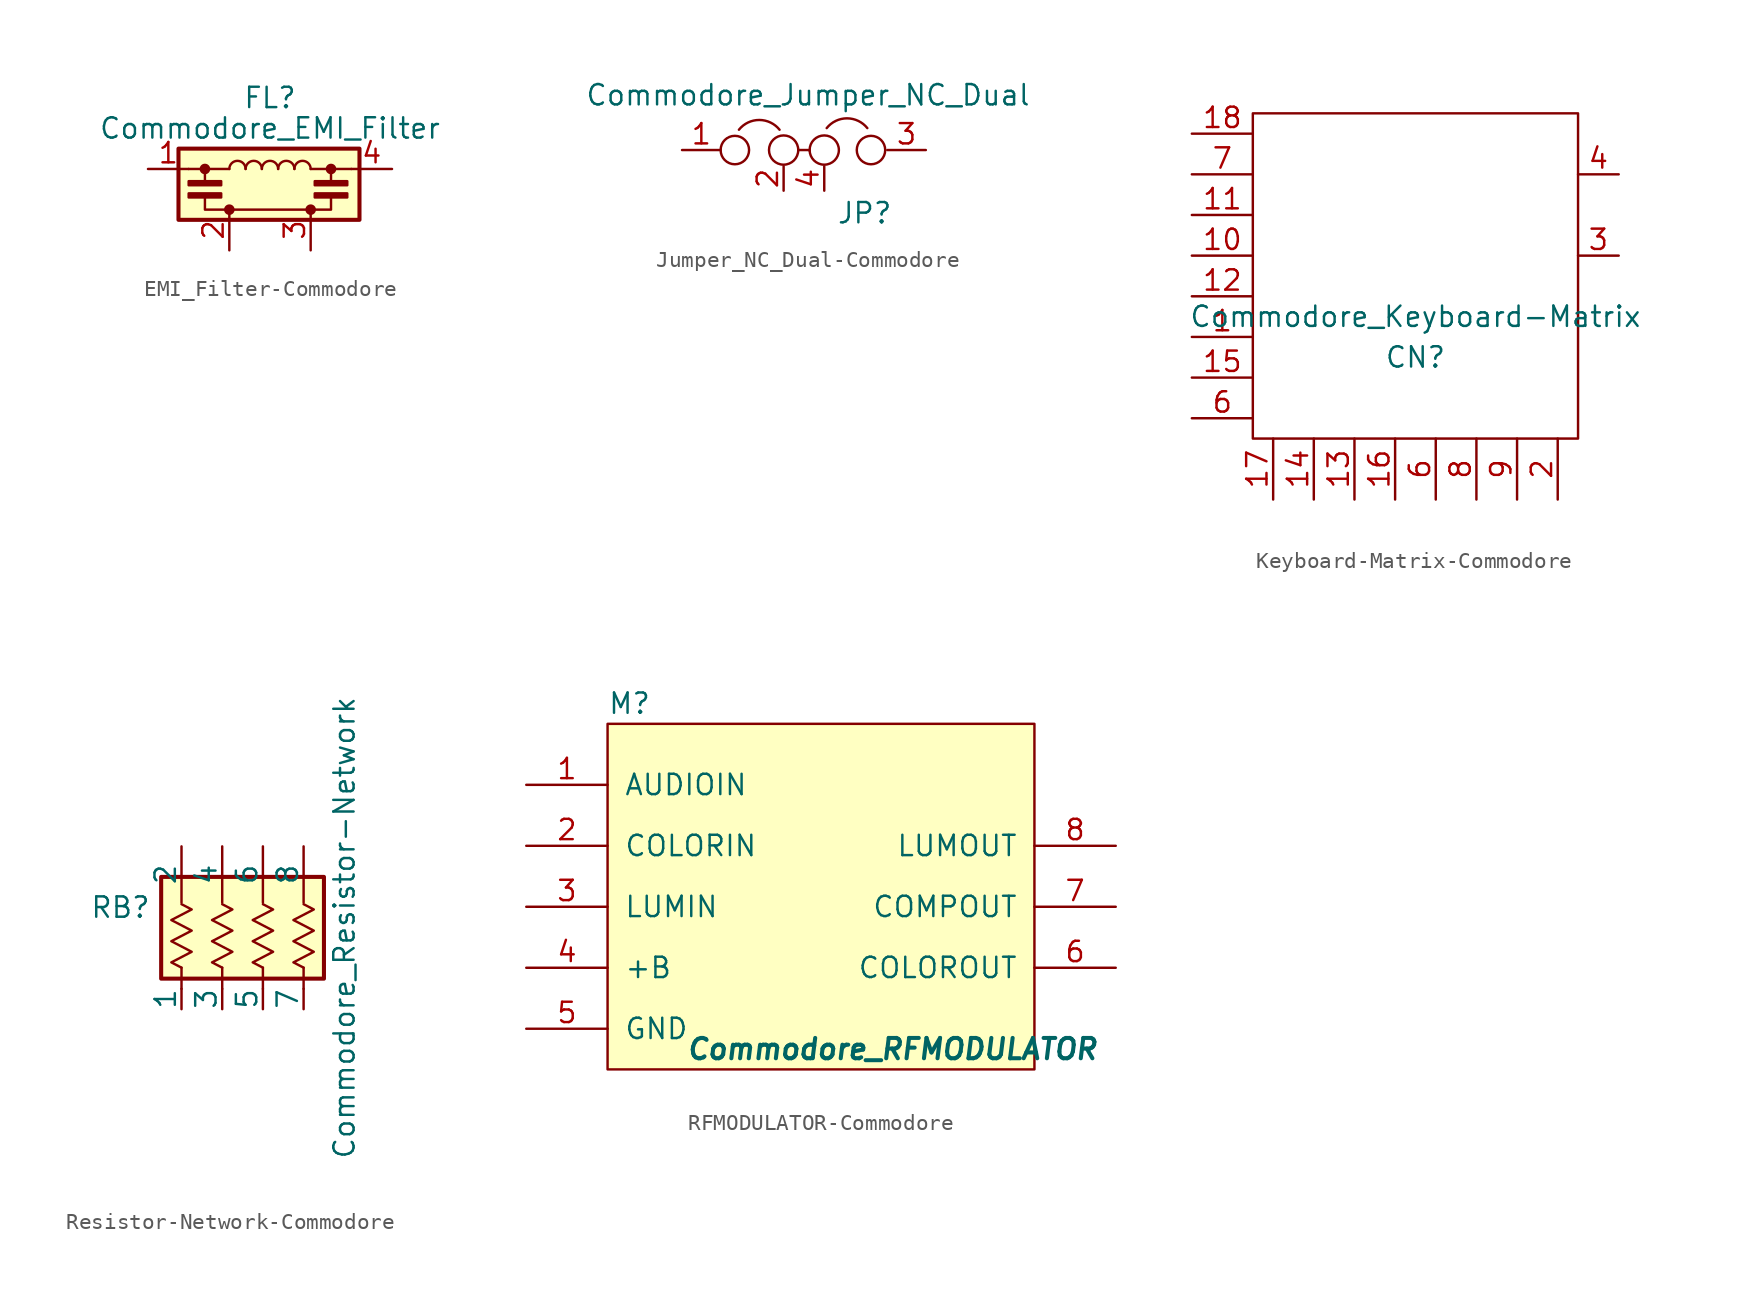
<source format=kicad_sym>
(kicad_symbol_lib
  (version 20220914)
  (generator kicad_symbol_editor)
  (symbol "EMI_Filter-Commodore"
    (pin_names
      (offset 0.254) hide)
    (property "Reference" "FL"
      (at 0 6.985 0)
      (effects (font (size 1.27 1.27))))
    (property "Value" "Commodore_EMI_Filter"
      (at 0 5.08 0)
      (effects (font (size 1.27 1.27))))
    (symbol "EMI_Filter-Commodore_0_1"
      (rectangle (start -5.715 3.81) (end 5.588 -0.635) (stroke (width 0.254) (type solid)) (fill (type background)))
      (rectangle (start -5.08 0.762) (end -3.048 1.016) (stroke (width 0) (type solid)) (fill (type outline)))
      (circle (center -4.064 2.54) (radius 0.254) (stroke (width 0) (type solid)) (fill (type outline)))
      (rectangle (start -3.048 1.524) (end -5.08 1.778) (stroke (width 0) (type solid)) (fill (type outline)))
      (circle (center -2.54 0) (radius 0.254) (stroke (width 0) (type solid)) (fill (type outline)))
      (arc (start -1.524 2.54) (mid -2.032 3.0458) (end -2.54 2.54) (stroke (width 0) (type solid)) (fill (type none)))
      (arc (start -0.508 2.54) (mid -1.016 3.0458) (end -1.524 2.54) (stroke (width 0) (type solid)) (fill (type none)))
      (polyline (pts (xy -5.08 2.54) (xy -2.54 2.54)) (stroke (width 0) (type solid)) (fill (type none)))
      (polyline (pts (xy -4.064 2.54) (xy -4.064 1.778)) (stroke (width 0) (type solid)) (fill (type none)))
      (polyline (pts (xy 2.54 2.54) (xy 5.08 2.54)) (stroke (width 0) (type solid)) (fill (type none)))
      (polyline (pts (xy 3.81 2.54) (xy 3.81 1.778)) (stroke (width 0) (type solid)) (fill (type none)))
      (polyline (pts (xy -4.064 0.762) (xy -4.064 0) (xy 3.81 0) (xy 3.81 0.762)) (stroke (width 0) (type solid)) (fill (type none)))
      (arc (start 0.508 2.54) (mid 0 3.0458) (end -0.508 2.54) (stroke (width 0) (type solid)) (fill (type none)))
      (arc (start 1.524 2.54) (mid 1.016 3.0458) (end 0.508 2.54) (stroke (width 0) (type solid)) (fill (type none)))
      (arc (start 2.54 2.54) (mid 2.032 3.0458) (end 1.524 2.54) (stroke (width 0) (type solid)) (fill (type none)))
      (rectangle (start 2.794 0.762) (end 4.826 1.016) (stroke (width 0) (type solid)) (fill (type outline)))
      (circle (center 3.81 2.54) (radius 0.254) (stroke (width 0) (type solid)) (fill (type outline)))
      (rectangle (start 4.826 1.524) (end 2.794 1.778) (stroke (width 0) (type solid)) (fill (type outline))))
    (symbol "EMI_Filter-Commodore_1_1"
      (circle (center 2.54 0) (radius 0.254) (stroke (width 0) (type solid)) (fill (type outline)))
      (pin passive line (at -7.62 2.54 0) (length 2.54) (name "1" (effects (font (size 1.27 1.27)))) (number "1" (effects (font (size 1.27 1.27)))))
      (pin passive line (at -2.54 -2.54 90) (length 2.54) (name "2" (effects (font (size 1.27 1.27)))) (number "2" (effects (font (size 1.27 1.27)))))
      (pin passive line (at 2.54 -2.54 90) (length 2.54) (name "3" (effects (font (size 1.27 1.27)))) (number "3" (effects (font (size 1.27 1.27)))))
      (pin passive line (at 7.62 2.54 180) (length 2.54) (name "4" (effects (font (size 1.27 1.27)))) (number "4" (effects (font (size 1.27 1.27)))))))
  (symbol "Jumper_NC_Dual-Commodore"
    (pin_names
      (offset 0.762) hide)
    (property "Reference" "JP"
      (at 3.302 -3.937 0)
      (effects (font (size 1.27 1.27)) (justify left)))
    (property "Value" "Commodore_Jumper_NC_Dual"
      (at 1.524 2.692 0)
      (effects (font (size 1.27 1.27)) (justify bottom)))
    (symbol "Jumper_NC_Dual-Commodore_0_1"
      (circle (center -3.048 0) (radius 0.889) (stroke (width 0) (type solid)) (fill (type none)))
      (arc (start -0.254 1.27) (mid -1.524 1.8804) (end -2.794 1.27) (stroke (width 0) (type solid)) (fill (type none)))
      (polyline (pts (xy 0.914 0) (xy 1.626 0) (xy 1.626 -0.051)) (stroke (width 0) (type solid)) (fill (type none)))
      (circle (center 0 0) (radius 0.914) (stroke (width 0) (type solid)) (fill (type none)))
      (circle (center 2.54 0) (radius 0.914) (stroke (width 0) (type solid)) (fill (type none)))
      (arc (start 5.2324 1.3716) (mid 3.9624 1.982) (end 2.6924 1.3716) (stroke (width 0) (type solid)) (fill (type none)))
      (circle (center 5.461 0) (radius 0.889) (stroke (width 0) (type solid)) (fill (type none)))
      (pin passive line (at -6.35 0 0) (length 2.413) (name "1" (effects (font (size 1.27 1.27)))) (number "1" (effects (font (size 1.27 1.27)))))
      (pin passive line (at 0 -2.54 90) (length 1.524) (name "2" (effects (font (size 1.27 1.27)))) (number "2" (effects (font (size 1.27 1.27)))))
      (pin passive line (at 8.89 0 180) (length 2.413) (name "3" (effects (font (size 1.27 1.27)))) (number "3" (effects (font (size 1.27 1.27))))))
    (symbol "Jumper_NC_Dual-Commodore_1_1"
      (pin passive line (at 2.54 -2.54 90) (length 1.524) (name "~" (effects (font (size 1.27 1.27)))) (number "4" (effects (font (size 1.27 1.27)))))))
  (symbol "Keyboard-Matrix-Commodore"
    (pin_names
      (offset 1.016))
    (property "Reference" "CN"
      (at 1.27 -5.08 0)
      (effects (font (size 1.27 1.27))))
    (property "Value" "Commodore_Keyboard-Matrix"
      (at 1.27 -2.54 0)
      (effects (font (size 1.27 1.27))))
    (symbol "Keyboard-Matrix-Commodore_0_0"
      (pin output line (at -12.7 -3.81 0) (length 3.81) (name "~" (effects (font (size 1.27 1.27)))) (number "1" (effects (font (size 1.27 1.27)))))
      (pin output line (at -12.7 1.27 0) (length 3.81) (name "~" (effects (font (size 1.27 1.27)))) (number "10" (effects (font (size 1.27 1.27)))))
      (pin output line (at -12.7 3.81 0) (length 3.81) (name "~" (effects (font (size 1.27 1.27)))) (number "11" (effects (font (size 1.27 1.27)))))
      (pin output line (at -12.7 -1.27 0) (length 3.81) (name "~" (effects (font (size 1.27 1.27)))) (number "12" (effects (font (size 1.27 1.27)))))
      (pin output line (at -2.54 -13.97 90) (length 3.81) (name "~" (effects (font (size 1.27 1.27)))) (number "13" (effects (font (size 1.27 1.27)))))
      (pin output line (at -5.08 -13.97 90) (length 3.81) (name "~" (effects (font (size 1.27 1.27)))) (number "14" (effects (font (size 1.27 1.27)))))
      (pin output line (at -12.7 -6.35 0) (length 3.81) (name "~" (effects (font (size 1.27 1.27)))) (number "15" (effects (font (size 1.27 1.27)))))
      (pin output line (at 0 -13.97 90) (length 3.81) (name "~" (effects (font (size 1.27 1.27)))) (number "16" (effects (font (size 1.27 1.27)))))
      (pin output line (at -7.62 -13.97 90) (length 3.81) (name "~" (effects (font (size 1.27 1.27)))) (number "17" (effects (font (size 1.27 1.27)))))
      (pin output line (at -12.7 8.89 0) (length 3.81) (name "~" (effects (font (size 1.27 1.27)))) (number "18" (effects (font (size 1.27 1.27)))))
      (pin output line (at 10.16 -13.97 90) (length 3.81) (name "~" (effects (font (size 1.27 1.27)))) (number "2" (effects (font (size 1.27 1.27)))))
      (pin output line (at -12.7 -8.89 0) (length 3.81) (name "~" (effects (font (size 1.27 1.27)))) (number "6" (effects (font (size 1.27 1.27)))))
      (pin output line (at 2.54 -13.97 90) (length 3.81) (name "~" (effects (font (size 1.27 1.27)))) (number "6" (effects (font (size 1.27 1.27)))))
      (pin output line (at -12.7 6.35 0) (length 3.81) (name "~" (effects (font (size 1.27 1.27)))) (number "7" (effects (font (size 1.27 1.27)))))
      (pin output line (at 5.08 -13.97 90) (length 3.81) (name "~" (effects (font (size 1.27 1.27)))) (number "8" (effects (font (size 1.27 1.27)))))
      (pin output line (at 7.62 -13.97 90) (length 3.81) (name "~" (effects (font (size 1.27 1.27)))) (number "9" (effects (font (size 1.27 1.27))))))
    (symbol "Keyboard-Matrix-Commodore_0_1"
      (rectangle (start -8.89 10.16) (end 11.43 -10.16) (stroke (width 0) (type solid)) (fill (type none))))
    (symbol "Keyboard-Matrix-Commodore_1_1"
      (pin power_in line (at 13.97 1.27 180) (length 2.54) (name "~" (effects (font (size 1.27 1.27)))) (number "3" (effects (font (size 1.27 1.27)))))
      (pin passive line (at 13.97 6.35 180) (length 2.54) (name "~" (effects (font (size 1.27 1.27)))) (number "4" (effects (font (size 1.27 1.27)))))))
  (symbol "Resistor-Network-Commodore"
    (pin_numbers hide)
    (pin_names
      (offset 0))
    (property "Reference" "RB"
      (at -7.62 1.27 0)
      (effects (font (size 1.27 1.27))))
    (property "Value" "Commodore_Resistor-Network"
      (at 6.35 0 90)
      (effects (font (size 1.27 1.27))))
    (symbol "Resistor-Network-Commodore_1_1"
      (rectangle (start -5.08 -3.175) (end 5.08 3.175) (stroke (width 0.254) (type solid)) (fill (type background)))
      (polyline (pts (xy -3.81 -2.489) (xy -3.81 -3.81)) (stroke (width 0) (type solid)) (fill (type none)))
      (polyline (pts (xy -1.27 -3.81) (xy -1.27 -2.489)) (stroke (width 0) (type solid)) (fill (type none)))
      (polyline (pts (xy 1.27 -3.81) (xy 1.27 -2.489)) (stroke (width 0) (type solid)) (fill (type none)))
      (polyline (pts (xy 3.81 -3.81) (xy 3.81 -2.489)) (stroke (width 0) (type solid)) (fill (type none)))
      (polyline (pts (xy -3.81 1.473) (xy -3.175 1.143) (xy -4.445 0.483) (xy -3.175 -0.178) (xy -4.445 -0.838) (xy -3.175 -1.499) (xy -4.445 -2.159) (xy -3.81 -2.489)) (stroke (width 0) (type solid)) (fill (type none)))
      (polyline (pts (xy -1.27 1.473) (xy -0.635 1.143) (xy -1.905 0.483) (xy -0.635 -0.178) (xy -1.905 -0.838) (xy -0.635 -1.499) (xy -1.905 -2.159) (xy -1.27 -2.489)) (stroke (width 0) (type solid)) (fill (type none)))
      (polyline (pts (xy 1.27 1.473) (xy 1.905 1.143) (xy 0.635 0.483) (xy 1.905 -0.178) (xy 0.635 -0.838) (xy 1.905 -1.499) (xy 0.635 -2.159) (xy 1.27 -2.489)) (stroke (width 0) (type solid)) (fill (type none)))
      (polyline (pts (xy 3.81 1.473) (xy 4.445 1.143) (xy 3.175 0.483) (xy 4.445 -0.178) (xy 3.175 -0.838) (xy 4.445 -1.499) (xy 3.175 -2.159) (xy 3.81 -2.489)) (stroke (width 0) (type solid)) (fill (type none)))
      (pin passive line (at -3.81 -5.08 90) (length 1.27) (name "1" (effects (font (size 1.27 1.27)))) (number "1" (effects (font (size 1.27 1.27)))))
      (pin passive line (at -3.81 5.08 270) (length 3.505) (name "2" (effects (font (size 1.27 1.27)))) (number "2" (effects (font (size 1.27 1.27)))))
      (pin passive line (at -1.27 -5.08 90) (length 1.27) (name "3" (effects (font (size 1.27 1.27)))) (number "3" (effects (font (size 1.27 1.27)))))
      (pin passive line (at -1.27 5.08 270) (length 3.505) (name "4" (effects (font (size 1.27 1.27)))) (number "4" (effects (font (size 1.27 1.27)))))
      (pin passive line (at 1.27 -5.08 90) (length 1.27) (name "5" (effects (font (size 1.27 1.27)))) (number "5" (effects (font (size 1.27 1.27)))))
      (pin passive line (at 1.27 5.08 270) (length 3.505) (name "6" (effects (font (size 1.27 1.27)))) (number "6" (effects (font (size 1.27 1.27)))))
      (pin passive line (at 3.81 -5.08 90) (length 1.27) (name "7" (effects (font (size 1.27 1.27)))) (number "7" (effects (font (size 1.27 1.27)))))
      (pin passive line (at 3.81 5.08 270) (length 3.505) (name "8" (effects (font (size 1.27 1.27)))) (number "8" (effects (font (size 1.27 1.27)))))))
  (symbol "RFMODULATOR-Commodore"
    (pin_names
      (offset 1.016))
    (property "Reference" "M"
      (at -13.97 12.7 0)
      (effects (font (size 1.27 1.27)) (justify left)))
    (property "Value" "Commodore_RFMODULATOR"
      (at 3.81 -8.89 0)
      (effects (font (size 1.27 1.27) bold italic)))
    (symbol "RFMODULATOR-Commodore_0_1"
      (rectangle (start -13.97 11.43) (end 12.7 -10.16) (stroke (width 0) (type solid)) (fill (type background))))
    (symbol "RFMODULATOR-Commodore_1_1"
      (pin input line (at -19.05 7.62 0) (length 5.08) (name "AUDIOIN" (effects (font (size 1.27 1.27)))) (number "1" (effects (font (size 1.27 1.27)))))
      (pin input line (at -19.05 3.81 0) (length 5.08) (name "COLORIN" (effects (font (size 1.27 1.27)))) (number "2" (effects (font (size 1.27 1.27)))))
      (pin input line (at -19.05 0 0) (length 5.08) (name "LUMIN" (effects (font (size 1.27 1.27)))) (number "3" (effects (font (size 1.27 1.27)))))
      (pin input line (at -19.05 -3.81 0) (length 5.08) (name "+B" (effects (font (size 1.27 1.27)))) (number "4" (effects (font (size 1.27 1.27)))))
      (pin passive line (at -19.05 -7.62 0) (length 5.08) (name "GND" (effects (font (size 1.27 1.27)))) (number "5" (effects (font (size 1.27 1.27)))))
      (pin output line (at 17.78 -3.81 180) (length 5.08) (name "COLOROUT" (effects (font (size 1.27 1.27)))) (number "6" (effects (font (size 1.27 1.27)))))
      (pin output line (at 17.78 0 180) (length 5.08) (name "COMPOUT" (effects (font (size 1.27 1.27)))) (number "7" (effects (font (size 1.27 1.27)))))
      (pin output line (at 17.78 3.81 180) (length 5.08) (name "LUMOUT" (effects (font (size 1.27 1.27)))) (number "8" (effects (font (size 1.27 1.27))))))))
</source>
